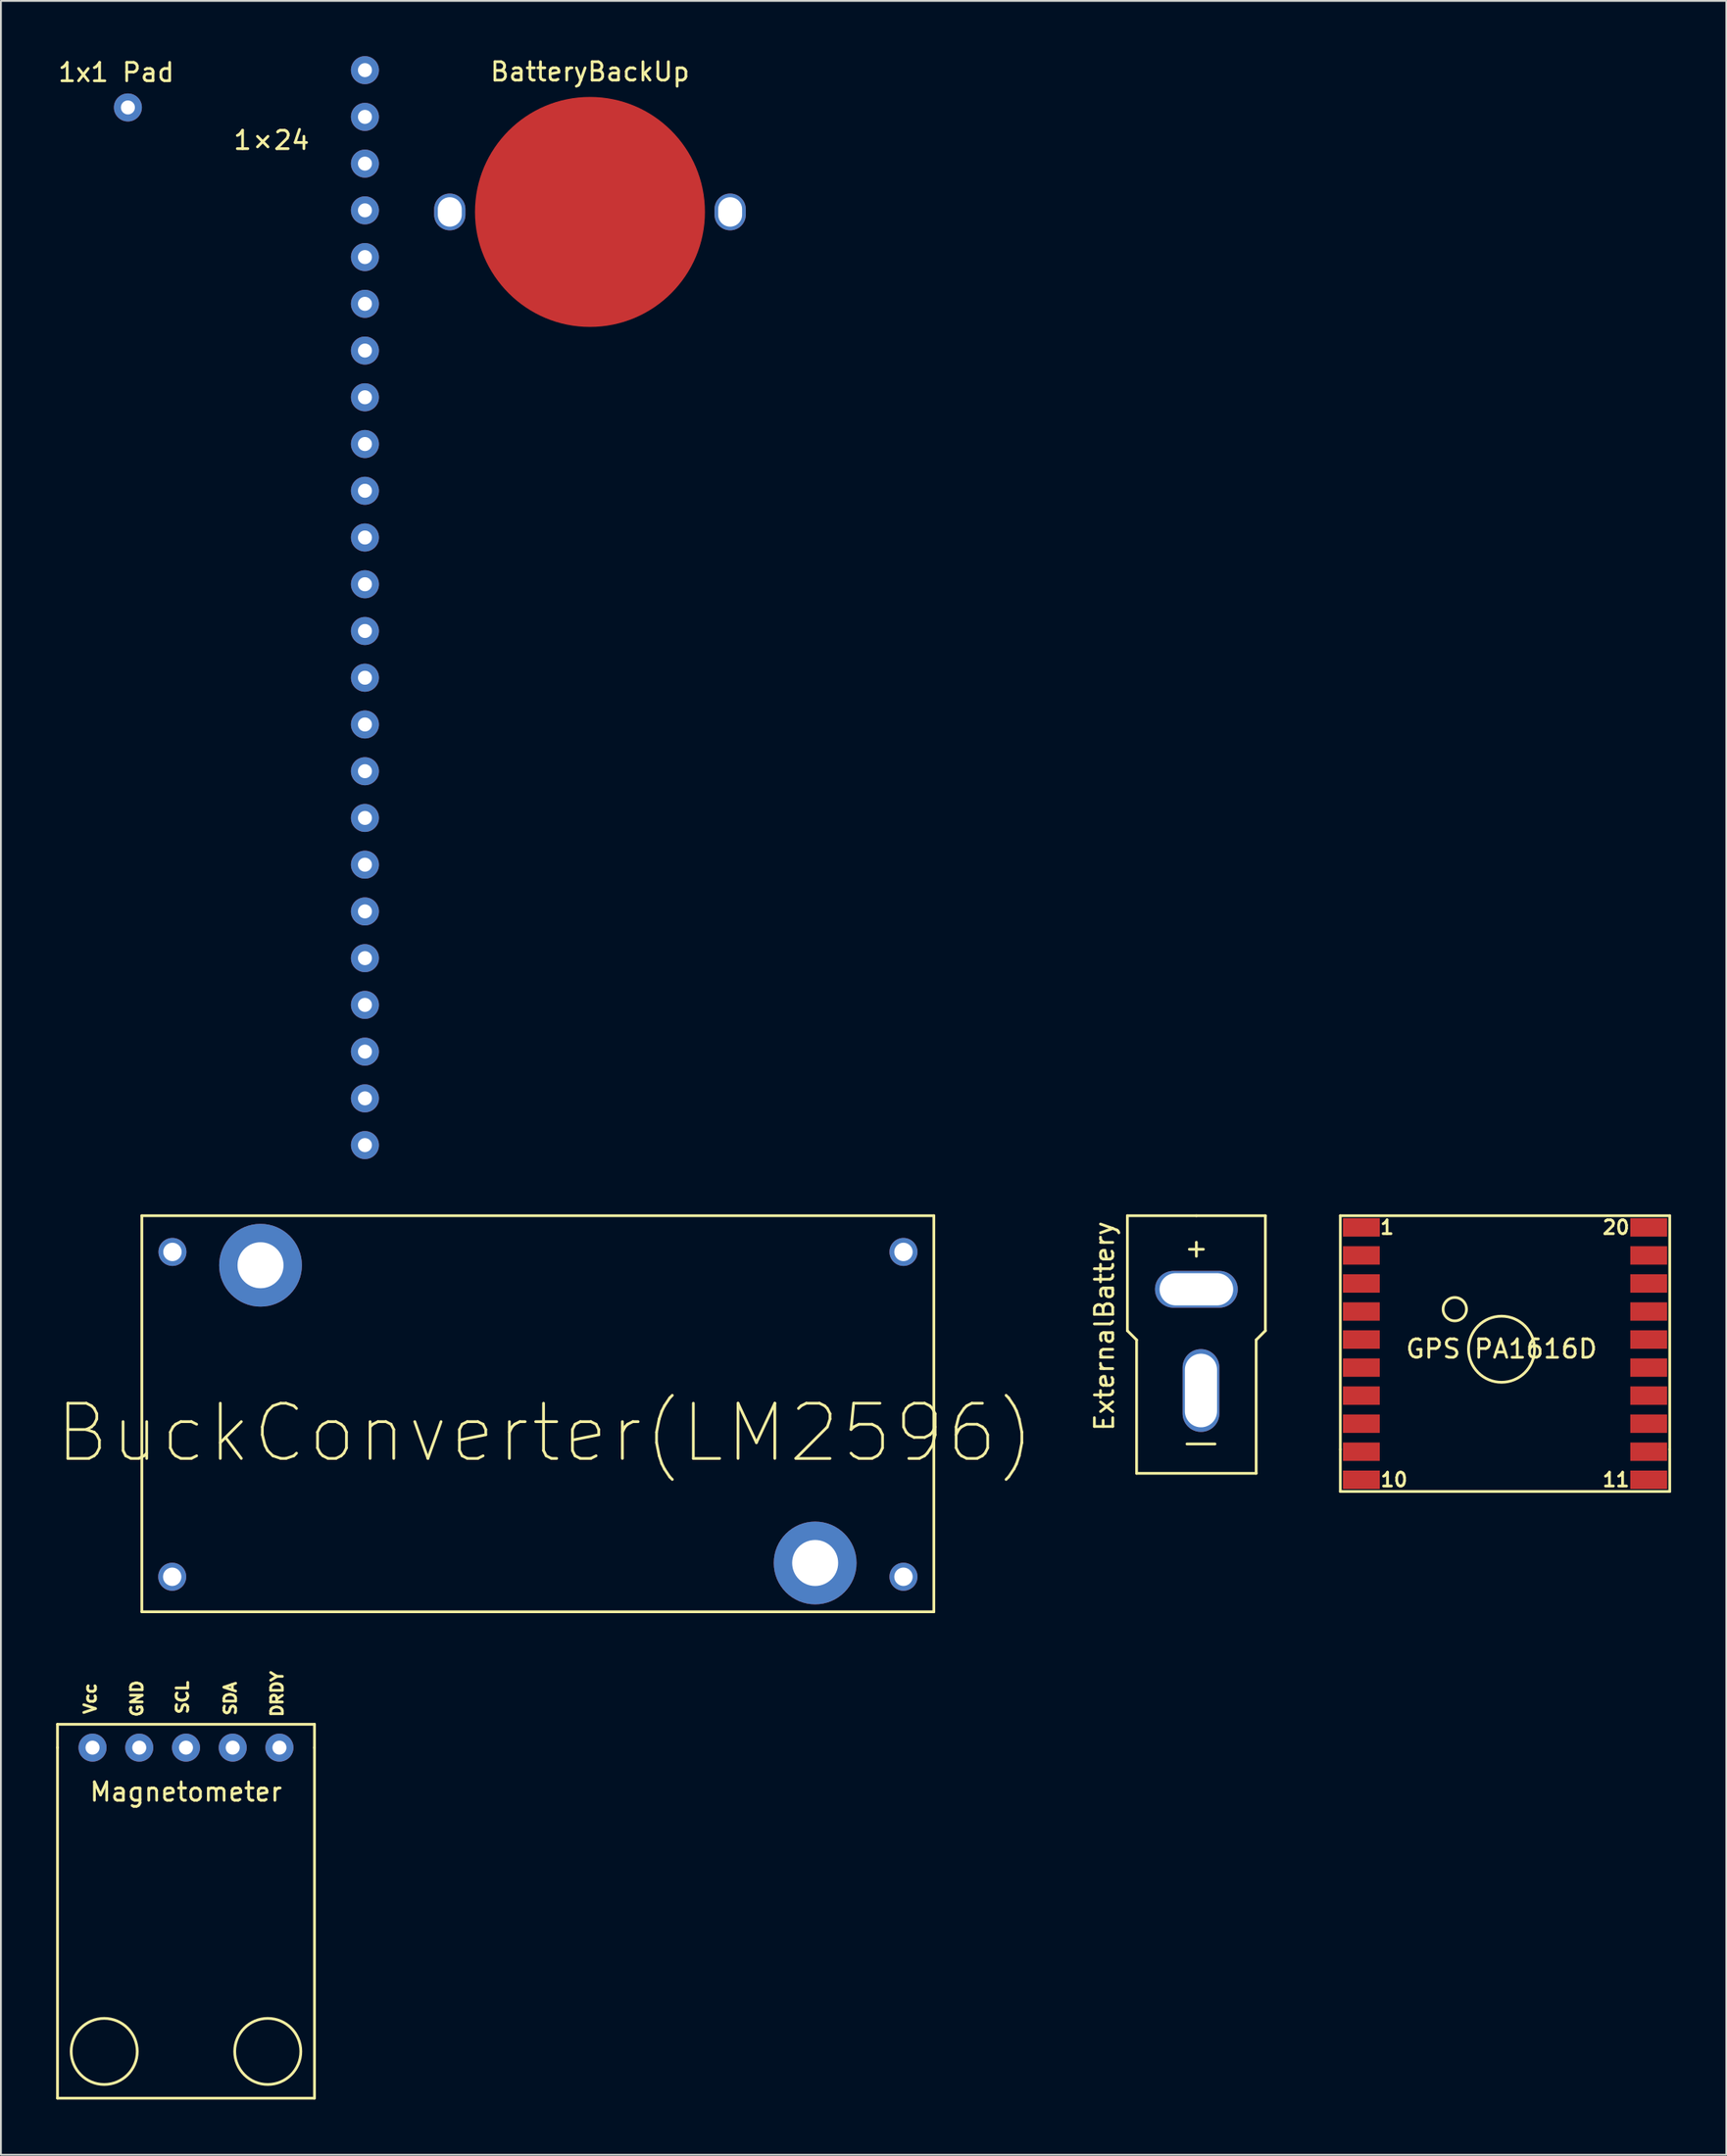
<source format=kicad_pcb>
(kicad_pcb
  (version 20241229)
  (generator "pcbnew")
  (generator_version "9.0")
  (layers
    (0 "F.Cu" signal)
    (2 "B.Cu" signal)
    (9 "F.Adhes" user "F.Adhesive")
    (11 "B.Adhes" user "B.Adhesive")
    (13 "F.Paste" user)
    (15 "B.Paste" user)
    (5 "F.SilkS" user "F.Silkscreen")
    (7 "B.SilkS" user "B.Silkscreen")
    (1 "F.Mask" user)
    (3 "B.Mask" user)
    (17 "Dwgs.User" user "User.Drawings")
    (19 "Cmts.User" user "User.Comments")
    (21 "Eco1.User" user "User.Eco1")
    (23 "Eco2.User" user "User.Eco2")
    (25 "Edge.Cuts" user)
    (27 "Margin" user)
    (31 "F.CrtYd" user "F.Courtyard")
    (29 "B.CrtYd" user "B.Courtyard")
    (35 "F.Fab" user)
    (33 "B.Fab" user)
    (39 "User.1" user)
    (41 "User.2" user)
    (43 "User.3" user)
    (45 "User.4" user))
  (footprint "1×24"
    (layer "F.Cu")
    (at 11.708 3.302)
    (property "Reference" "1×24" (at 0 1.27 0) (layer "F.SilkS") (effects (font (size 1 1) (thickness 0.15))))
    (attr through_hole)
    (pad "1" thru_hole circle (at 5.08 -2.54) (size 1.524 1.524) (drill 0.762) (layers "*.Cu" "*.Mask"))
    (pad "2" thru_hole circle (at 5.08 0) (size 1.524 1.524) (drill 0.762) (layers "*.Cu" "*.Mask"))
    (pad "3" thru_hole circle (at 5.08 2.54) (size 1.524 1.524) (drill 0.762) (layers "*.Cu" "*.Mask"))
    (pad "4" thru_hole circle (at 5.08 5.08) (size 1.524 1.524) (drill 0.762) (layers "*.Cu" "*.Mask"))
    (pad "5" thru_hole circle (at 5.08 7.62) (size 1.524 1.524) (drill 0.762) (layers "*.Cu" "*.Mask"))
    (pad "6" thru_hole circle (at 5.08 10.16) (size 1.524 1.524) (drill 0.762) (layers "*.Cu" "*.Mask"))
    (pad "7" thru_hole circle (at 5.08 12.7) (size 1.524 1.524) (drill 0.762) (layers "*.Cu" "*.Mask"))
    (pad "8" thru_hole circle (at 5.08 15.24) (size 1.524 1.524) (drill 0.762) (layers "*.Cu" "*.Mask"))
    (pad "9" thru_hole circle (at 5.08 17.78) (size 1.524 1.524) (drill 0.762) (layers "*.Cu" "*.Mask"))
    (pad "10" thru_hole circle (at 5.08 20.32) (size 1.524 1.524) (drill 0.762) (layers "*.Cu" "*.Mask"))
    (pad "11" thru_hole circle (at 5.08 22.86) (size 1.524 1.524) (drill 0.762) (layers "*.Cu" "*.Mask"))
    (pad "12" thru_hole circle (at 5.08 25.4) (size 1.524 1.524) (drill 0.762) (layers "*.Cu" "*.Mask"))
    (pad "13" thru_hole circle (at 5.08 27.94) (size 1.524 1.524) (drill 0.762) (layers "*.Cu" "*.Mask"))
    (pad "14" thru_hole circle (at 5.08 30.48) (size 1.524 1.524) (drill 0.762) (layers "*.Cu" "*.Mask"))
    (pad "15" thru_hole circle (at 5.08 33.02) (size 1.524 1.524) (drill 0.762) (layers "*.Cu" "*.Mask"))
    (pad "16" thru_hole circle (at 5.08 35.56) (size 1.524 1.524) (drill 0.762) (layers "*.Cu" "*.Mask"))
    (pad "17" thru_hole circle (at 5.08 38.1) (size 1.524 1.524) (drill 0.762) (layers "*.Cu" "*.Mask"))
    (pad "18" thru_hole circle (at 5.08 40.64) (size 1.524 1.524) (drill 0.762) (layers "*.Cu" "*.Mask"))
    (pad "19" thru_hole circle (at 5.08 43.18) (size 1.524 1.524) (drill 0.762) (layers "*.Cu" "*.Mask"))
    (pad "20" thru_hole circle (at 5.08 45.72) (size 1.524 1.524) (drill 0.762) (layers "*.Cu" "*.Mask"))
    (pad "21" thru_hole circle (at 5.08 48.26) (size 1.524 1.524) (drill 0.762) (layers "*.Cu" "*.Mask"))
    (pad "22" thru_hole circle (at 5.08 50.8) (size 1.524 1.524) (drill 0.762) (layers "*.Cu" "*.Mask"))
    (pad "23" thru_hole circle (at 5.08 53.34) (size 1.524 1.524) (drill 0.762) (layers "*.Cu" "*.Mask"))
    (pad "24" thru_hole circle (at 5.08 55.88) (size 1.524 1.524) (drill 0.762) (layers "*.Cu" "*.Mask")))
  (footprint "Magnetometer"
    (layer "F.Cu")
    (at 7.695 95.738)
    (property "Reference" "Magnetometer" (at -0.635 -1.405 0) (layer "F.SilkS") (effects (font (size 1 1) (thickness 0.15))))
    (attr through_hole)
    (fp_line (start -7.62 -5.08) (end 6.35 -5.08) (stroke (width 0.15) (type solid)) (layer "F.SilkS"))
    (fp_line (start -7.62 -3.81) (end -7.62 -5.08) (stroke (width 0.15) (type solid)) (layer "F.SilkS"))
    (fp_line (start -7.62 -3.81) (end -7.62 15.24) (stroke (width 0.15) (type solid)) (layer "F.SilkS"))
    (fp_line (start -7.62 15.24) (end 6.35 15.24) (stroke (width 0.15) (type solid)) (layer "F.SilkS"))
    (fp_line (start 6.35 -3.81) (end 6.35 -5.08) (stroke (width 0.15) (type solid)) (layer "F.SilkS"))
    (fp_line (start 6.35 -3.81) (end 6.35 15.24) (stroke (width 0.15) (type solid)) (layer "F.SilkS"))
    (fp_circle (center -5.08 12.7) (end -6.35 13.97) (stroke (width 0.15) (type solid)) (fill no) (layer "F.SilkS"))
    (fp_circle (center 3.81 12.7) (end 2.54 11.43) (stroke (width 0.15) (type solid)) (fill no) (layer "F.SilkS"))
    (fp_text user "DRDY" (at 4.318 -6.731 90) (layer "F.SilkS") (effects (font (size 0.635 0.635) (thickness 0.15))))
    (fp_text user "GND" (at -3.302 -6.477 90) (layer "F.SilkS") (effects (font (size 0.635 0.635) (thickness 0.15))))
    (fp_text user "SDA" (at 1.778 -6.477 90) (layer "F.SilkS") (effects (font (size 0.635 0.635) (thickness 0.15))))
    (fp_text user "SCL" (at -0.826 -6.54 90) (layer "F.SilkS") (effects (font (size 0.635 0.635) (thickness 0.15))))
    (fp_text user "Vcc" (at -5.842 -6.477 90) (layer "F.SilkS") (effects (font (size 0.635 0.635) (thickness 0.15))))
    (pad "1" thru_hole circle (at -5.715 -3.81) (size 1.524 1.524) (drill 0.762) (layers "*.Cu" "*.Mask"))
    (pad "2" thru_hole circle (at -3.175 -3.81) (size 1.524 1.524) (drill 0.762) (layers "*.Cu" "*.Mask"))
    (pad "3" thru_hole circle (at -0.635 -3.81) (size 1.524 1.524) (drill 0.762) (layers "*.Cu" "*.Mask"))
    (pad "4" thru_hole circle (at 1.905 -3.81) (size 1.524 1.524) (drill 0.762) (layers "*.Cu" "*.Mask"))
    (pad "5" thru_hole circle (at 4.445 -3.81) (size 1.524 1.524) (drill 0.762) (layers "*.Cu" "*.Mask")))
  (footprint "BuckConverter(LM2596)"
    (layer "F.Cu")
    (at 37.426 79.466)
    (property "Reference" "BuckConverter(LM2596)" (at -10.858 -4.636 0) (layer "F.SilkS") (effects (font (size 3 3) (thickness 0.15))))
    (attr through_hole)
    (fp_line (start -32.766 -16.447) (end 10.287 -16.447) (stroke (width 0.15) (type solid)) (layer "F.SilkS"))
    (fp_line (start -32.766 5.08) (end -32.766 -16.447) (stroke (width 0.15) (type solid)) (layer "F.SilkS"))
    (fp_line (start 10.287 -16.447) (end 10.287 5.08) (stroke (width 0.15) (type solid)) (layer "F.SilkS"))
    (fp_line (start 10.287 5.08) (end -32.766 5.08) (stroke (width 0.15) (type solid)) (layer "F.SilkS"))
    (pad "1" thru_hole circle (at -26.314 -13.754) (size 4.5 4.5) (drill 2.5) (layers "*.Cu" "*.Mask"))
    (pad "2" thru_hole circle (at 3.835 2.426) (size 4.5 4.5) (drill 2.5) (layers "*.Cu" "*.Mask"))
    (pad "IN+" thru_hole circle (at -31.102 -14.478) (size 1.524 1.524) (drill 1) (layers "*.Cu" "*.Mask"))
    (pad "IN-" thru_hole circle (at -31.115 3.175) (size 1.524 1.524) (drill 1) (layers "*.Cu" "*.Mask"))
    (pad "OUT+" thru_hole circle (at 8.636 -14.478) (size 1.524 1.524) (drill 1) (layers "*.Cu" "*.Mask"))
    (pad "OUT-" thru_hole circle (at 8.636 3.175) (size 1.524 1.524) (drill 1) (layers "*.Cu" "*.Mask")))
  (footprint "GPS PA1616D"
    (layer "F.Cu")
    (at 78.572 69.369)
    (property "Reference" "GPS PA1616D" (at 0 0.889 0) (layer "F.SilkS") (effects (font (size 1 1) (thickness 0.15))))
    (attr through_hole)
    (fp_line (start -8.763 -6.35) (end 9.144 -6.35) (stroke (width 0.15) (type solid)) (layer "F.SilkS"))
    (fp_line (start -8.763 6.35) (end -8.763 -6.35) (stroke (width 0.15) (type solid)) (layer "F.SilkS"))
    (fp_line (start -8.763 8.636) (end -8.763 6.35) (stroke (width 0.15) (type solid)) (layer "F.SilkS"))
    (fp_line (start 9.144 -6.35) (end 9.144 6.35) (stroke (width 0.15) (type solid)) (layer "F.SilkS"))
    (fp_line (start 9.144 6.35) (end 9.144 8.636) (stroke (width 0.15) (type solid)) (layer "F.SilkS"))
    (fp_line (start 9.144 8.636) (end -8.763 8.636) (stroke (width 0.15) (type solid)) (layer "F.SilkS"))
    (fp_circle (center -2.54 -1.27) (end -1.905 -1.27) (stroke (width 0.15) (type solid)) (fill no) (layer "F.SilkS"))
    (fp_circle (center 0 0.907) (end 1.27 -0.363) (stroke (width 0.15) (type solid)) (fill no) (layer "F.SilkS"))
    (fp_text user "11" (at 6.223 8.001 0) (layer "F.SilkS") (effects (font (size 0.75 0.75) (thickness 0.15))))
    (fp_text user "10" (at -5.842 8.001 0) (layer "F.SilkS") (effects (font (size 0.75 0.75) (thickness 0.15))))
    (fp_text user "1" (at -6.223 -5.715 0) (layer "F.SilkS") (effects (font (size 0.75 0.75) (thickness 0.15))))
    (fp_text user "20" (at 6.223 -5.715 0) (layer "F.SilkS") (effects (font (size 0.75 0.75) (thickness 0.15))))
    (pad "1" smd rect (at -7.62 -5.715 90) (size 1 2) (layers "F.Cu" "F.Mask" "F.Paste"))
    (pad "2" smd rect (at -7.62 -4.191 90) (size 1 2) (layers "F.Cu" "F.Mask" "F.Paste"))
    (pad "3" smd rect (at -7.62 -2.667 90) (size 1 2) (layers "F.Cu" "F.Mask" "F.Paste"))
    (pad "4" smd rect (at -7.62 -1.143 90) (size 1 2) (layers "F.Cu" "F.Mask" "F.Paste"))
    (pad "5" smd rect (at -7.62 0.381 90) (size 1 2) (layers "F.Cu" "F.Mask" "F.Paste"))
    (pad "6" smd rect (at -7.62 1.905 90) (size 1 2) (layers "F.Cu" "F.Mask" "F.Paste"))
    (pad "7" smd rect (at -7.62 3.429 90) (size 1 2) (layers "F.Cu" "F.Mask" "F.Paste"))
    (pad "8" smd rect (at -7.62 4.953 90) (size 1 2) (layers "F.Cu" "F.Mask" "F.Paste"))
    (pad "9" smd rect (at -7.62 6.477 90) (size 1 2) (layers "F.Cu" "F.Mask" "F.Paste"))
    (pad "10" smd rect (at -7.62 8.001 90) (size 1 2) (layers "F.Cu" "F.Mask" "F.Paste"))
    (pad "11" smd rect (at 8.001 8.001 90) (size 1 2) (layers "F.Cu" "F.Mask" "F.Paste"))
    (pad "12" smd rect (at 8.001 6.477 90) (size 1 2) (layers "F.Cu" "F.Mask" "F.Paste"))
    (pad "13" smd rect (at 8.001 4.953 90) (size 1 2) (layers "F.Cu" "F.Mask" "F.Paste"))
    (pad "14" smd rect (at 8.001 3.429 90) (size 1 2) (layers "F.Cu" "F.Mask" "F.Paste"))
    (pad "15" smd rect (at 8.001 1.905 90) (size 1 2) (layers "F.Cu" "F.Mask" "F.Paste"))
    (pad "16" smd rect (at 8.001 0.381 90) (size 1 2) (layers "F.Cu" "F.Mask" "F.Paste"))
    (pad "17" smd rect (at 8.001 -1.143 90) (size 1 2) (layers "F.Cu" "F.Mask" "F.Paste"))
    (pad "18" smd rect (at 8.001 -2.667 90) (size 1 2) (layers "F.Cu" "F.Mask" "F.Paste"))
    (pad "19" smd rect (at 8.001 -4.191 90) (size 1 2) (layers "F.Cu" "F.Mask" "F.Paste"))
    (pad "20" smd rect (at 8.001 -5.715 90) (size 1 2) (layers "F.Cu" "F.Mask" "F.Paste")))
  (footprint "BatteryBackUp"
    (layer "F.Cu")
    (at 29.02 8.468)
    (property "Reference" "BatteryBackUp" (at 0 -7.62 0) (layer "F.SilkS") (effects (font (size 1 1) (thickness 0.15))))
    (attr through_hole)
    (pad "GND" smd circle (at 0 0) (size 12.5 12.5) (layers "F.Cu" "F.Mask" "F.Paste"))
    (pad "VBattery" thru_hole oval (at -7.62 0 90) (size 2 1.7) (drill oval 1.6 1.3) (layers "*.Cu" "*.Mask"))
    (pad "VBattery" thru_hole oval (at 7.62 0 270) (size 2 1.7) (drill oval 1.6 1.3) (layers "*.Cu" "*.Mask")))
  (footprint "1x1 Pad"
    (layer "F.Cu")
    (at 3.903 0.25)
    (property "Reference" "1x1 Pad" (at -0.635 0.635 0) (layer "F.SilkS") (effects (font (size 1 1) (thickness 0.15))))
    (attr through_hole)
    (pad "1" thru_hole circle (at 0 2.54) (size 1.524 1.524) (drill 0.762) (layers "*.Cu" "*.Mask")))
  (footprint "ExternalBattery"
    (layer "F.Cu")
    (at 66.484 75.769)
    (property "Reference" "ExternalBattery" (at -9.5 -6.75 270) (layer "F.SilkS") (effects (font (size 1 1) (thickness 0.15))))
    (attr through_hole)
    (fp_line (start -8.25 -12.75) (end -8.25 -6.5) (stroke (width 0.15) (type solid)) (layer "F.SilkS"))
    (fp_line (start -8.25 -6.5) (end -7.75 -6) (stroke (width 0.15) (type solid)) (layer "F.SilkS"))
    (fp_line (start -7.75 1.25) (end -7.75 -6) (stroke (width 0.15) (type solid)) (layer "F.SilkS"))
    (fp_line (start -4.5 -12.75) (end -8.25 -12.75) (stroke (width 0.15) (type solid)) (layer "F.SilkS"))
    (fp_line (start -4.5 -12.75) (end -0.75 -12.75) (stroke (width 0.15) (type solid)) (layer "F.SilkS"))
    (fp_line (start -1.25 -6) (end -0.75 -6.5) (stroke (width 0.15) (type solid)) (layer "F.SilkS"))
    (fp_line (start -1.25 1.25) (end -7.75 1.25) (stroke (width 0.15) (type solid)) (layer "F.SilkS"))
    (fp_line (start -1.25 1.25) (end -1.25 -6) (stroke (width 0.15) (type solid)) (layer "F.SilkS"))
    (fp_line (start -0.75 -12.75) (end -0.75 -6.5) (stroke (width 0.15) (type solid)) (layer "F.SilkS"))
    (fp_text user "-" (at -4.25 -0.5 180) (layer "F.SilkS") (effects (font (size 2 2) (thickness 0.15))))
    (fp_text user "+" (at -4.5 -11 0) (layer "F.SilkS") (effects (font (size 1 1) (thickness 0.15))))
    (pad "+" thru_hole oval (at -4.5 -8.75) (size 4.5 2) (drill oval 4 1.75) (layers "*.Cu" "*.Mask"))
    (pad "-" thru_hole oval (at -4.25 -3.25 90) (size 4.5 2) (drill oval 4 1.75) (layers "*.Cu" "*.Mask")))
  (gr_rect
    (start -3 -3)
    (end 90.791 114.053)
    (stroke (width 0.1) (type default))
    (fill no)
    (layer "Edge.Cuts")))
</source>
